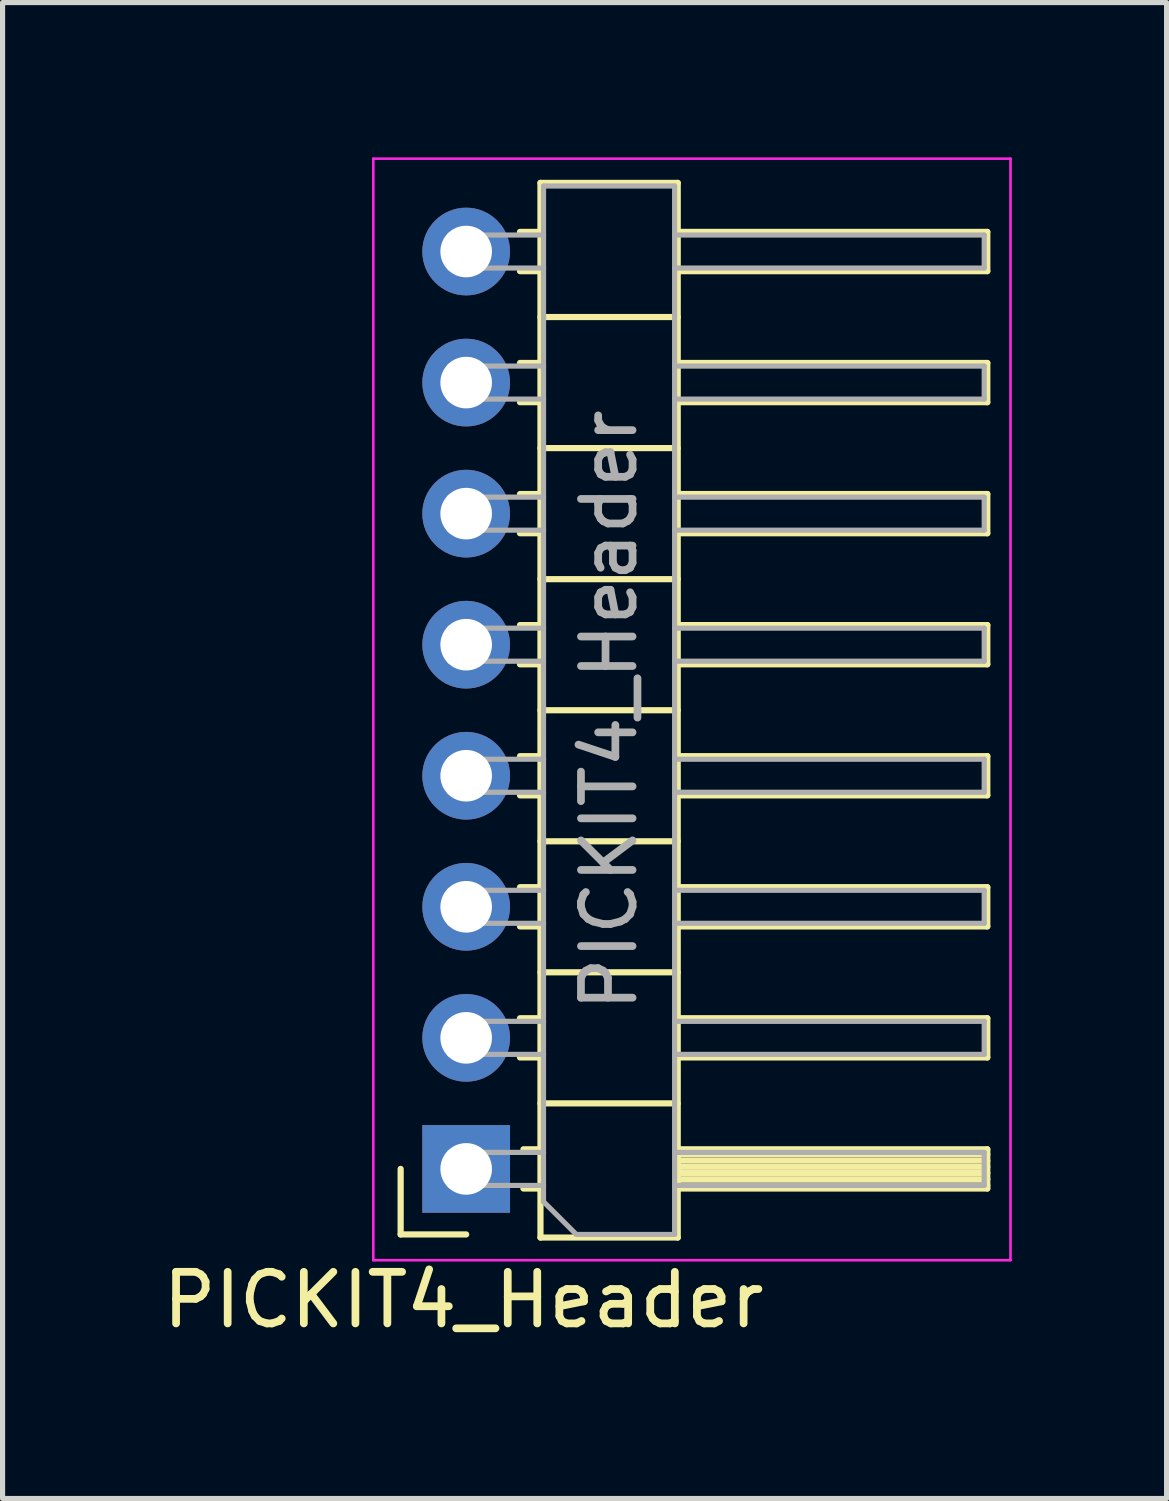
<source format=kicad_pcb>
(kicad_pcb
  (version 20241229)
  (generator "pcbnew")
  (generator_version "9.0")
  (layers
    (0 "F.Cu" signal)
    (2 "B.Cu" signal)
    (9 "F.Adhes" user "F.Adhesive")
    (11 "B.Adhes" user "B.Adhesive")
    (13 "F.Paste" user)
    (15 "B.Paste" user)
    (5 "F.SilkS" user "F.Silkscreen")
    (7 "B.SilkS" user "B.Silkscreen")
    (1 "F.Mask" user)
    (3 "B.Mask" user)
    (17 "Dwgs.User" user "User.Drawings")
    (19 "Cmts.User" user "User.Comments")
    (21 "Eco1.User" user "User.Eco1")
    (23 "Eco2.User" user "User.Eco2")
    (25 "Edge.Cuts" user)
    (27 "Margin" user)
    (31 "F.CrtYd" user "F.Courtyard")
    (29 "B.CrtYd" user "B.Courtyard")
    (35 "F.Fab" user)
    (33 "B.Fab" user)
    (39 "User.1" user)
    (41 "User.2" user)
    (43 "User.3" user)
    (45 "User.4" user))
  (footprint "PICKIT4_Header"
    (layer "F.Cu")
    (at 5.985 19.605)
    (property "Reference" "PICKIT4_Header" (at -0.051 2.54 0) (layer "F.SilkS") (effects (font (size 1 1) (thickness 0.15))))
    (attr through_hole)
    (fp_line (start -1.27 0) (end -1.27 1.27) (stroke (width 0.12) (type solid)) (layer "F.SilkS"))
    (fp_line (start -1.27 1.27) (end 0 1.27) (stroke (width 0.12) (type solid)) (layer "F.SilkS"))
    (fp_line (start 1.043 -18.16) (end 1.44 -18.16) (stroke (width 0.12) (type solid)) (layer "F.SilkS"))
    (fp_line (start 1.043 -17.4) (end 1.44 -17.4) (stroke (width 0.12) (type solid)) (layer "F.SilkS"))
    (fp_line (start 1.043 -15.62) (end 1.44 -15.62) (stroke (width 0.12) (type solid)) (layer "F.SilkS"))
    (fp_line (start 1.043 -14.86) (end 1.44 -14.86) (stroke (width 0.12) (type solid)) (layer "F.SilkS"))
    (fp_line (start 1.043 -13.08) (end 1.44 -13.08) (stroke (width 0.12) (type solid)) (layer "F.SilkS"))
    (fp_line (start 1.043 -12.32) (end 1.44 -12.32) (stroke (width 0.12) (type solid)) (layer "F.SilkS"))
    (fp_line (start 1.043 -10.54) (end 1.44 -10.54) (stroke (width 0.12) (type solid)) (layer "F.SilkS"))
    (fp_line (start 1.043 -9.78) (end 1.44 -9.78) (stroke (width 0.12) (type solid)) (layer "F.SilkS"))
    (fp_line (start 1.043 -8) (end 1.44 -8) (stroke (width 0.12) (type solid)) (layer "F.SilkS"))
    (fp_line (start 1.043 -7.24) (end 1.44 -7.24) (stroke (width 0.12) (type solid)) (layer "F.SilkS"))
    (fp_line (start 1.043 -5.46) (end 1.44 -5.46) (stroke (width 0.12) (type solid)) (layer "F.SilkS"))
    (fp_line (start 1.043 -4.7) (end 1.44 -4.7) (stroke (width 0.12) (type solid)) (layer "F.SilkS"))
    (fp_line (start 1.043 -2.92) (end 1.44 -2.92) (stroke (width 0.12) (type solid)) (layer "F.SilkS"))
    (fp_line (start 1.043 -2.16) (end 1.44 -2.16) (stroke (width 0.12) (type solid)) (layer "F.SilkS"))
    (fp_line (start 1.11 -0.38) (end 1.44 -0.38) (stroke (width 0.12) (type solid)) (layer "F.SilkS"))
    (fp_line (start 1.11 0.38) (end 1.44 0.38) (stroke (width 0.12) (type solid)) (layer "F.SilkS"))
    (fp_line (start 1.44 -19.11) (end 4.1 -19.11) (stroke (width 0.12) (type solid)) (layer "F.SilkS"))
    (fp_line (start 1.44 -16.51) (end 4.1 -16.51) (stroke (width 0.12) (type solid)) (layer "F.SilkS"))
    (fp_line (start 1.44 -13.97) (end 4.1 -13.97) (stroke (width 0.12) (type solid)) (layer "F.SilkS"))
    (fp_line (start 1.44 -11.43) (end 4.1 -11.43) (stroke (width 0.12) (type solid)) (layer "F.SilkS"))
    (fp_line (start 1.44 -8.89) (end 4.1 -8.89) (stroke (width 0.12) (type solid)) (layer "F.SilkS"))
    (fp_line (start 1.44 -6.35) (end 4.1 -6.35) (stroke (width 0.12) (type solid)) (layer "F.SilkS"))
    (fp_line (start 1.44 -3.81) (end 4.1 -3.81) (stroke (width 0.12) (type solid)) (layer "F.SilkS"))
    (fp_line (start 1.44 -1.27) (end 4.1 -1.27) (stroke (width 0.12) (type solid)) (layer "F.SilkS"))
    (fp_line (start 1.44 1.33) (end 1.44 -19.11) (stroke (width 0.12) (type solid)) (layer "F.SilkS"))
    (fp_line (start 4.1 -19.11) (end 4.1 1.33) (stroke (width 0.12) (type solid)) (layer "F.SilkS"))
    (fp_line (start 4.1 -17.4) (end 10.1 -17.4) (stroke (width 0.12) (type solid)) (layer "F.SilkS"))
    (fp_line (start 4.1 -14.86) (end 10.1 -14.86) (stroke (width 0.12) (type solid)) (layer "F.SilkS"))
    (fp_line (start 4.1 -12.32) (end 10.1 -12.32) (stroke (width 0.12) (type solid)) (layer "F.SilkS"))
    (fp_line (start 4.1 -9.78) (end 10.1 -9.78) (stroke (width 0.12) (type solid)) (layer "F.SilkS"))
    (fp_line (start 4.1 -7.24) (end 10.1 -7.24) (stroke (width 0.12) (type solid)) (layer "F.SilkS"))
    (fp_line (start 4.1 -4.7) (end 10.1 -4.7) (stroke (width 0.12) (type solid)) (layer "F.SilkS"))
    (fp_line (start 4.1 -2.16) (end 10.1 -2.16) (stroke (width 0.12) (type solid)) (layer "F.SilkS"))
    (fp_line (start 4.1 -0.28) (end 10.1 -0.28) (stroke (width 0.12) (type solid)) (layer "F.SilkS"))
    (fp_line (start 4.1 -0.16) (end 10.1 -0.16) (stroke (width 0.12) (type solid)) (layer "F.SilkS"))
    (fp_line (start 4.1 -0.04) (end 10.1 -0.04) (stroke (width 0.12) (type solid)) (layer "F.SilkS"))
    (fp_line (start 4.1 0.08) (end 10.1 0.08) (stroke (width 0.12) (type solid)) (layer "F.SilkS"))
    (fp_line (start 4.1 0.2) (end 10.1 0.2) (stroke (width 0.12) (type solid)) (layer "F.SilkS"))
    (fp_line (start 4.1 0.32) (end 10.1 0.32) (stroke (width 0.12) (type solid)) (layer "F.SilkS"))
    (fp_line (start 4.1 0.38) (end 10.1 0.38) (stroke (width 0.12) (type solid)) (layer "F.SilkS"))
    (fp_line (start 4.1 1.33) (end 1.44 1.33) (stroke (width 0.12) (type solid)) (layer "F.SilkS"))
    (fp_line (start 10.1 -18.16) (end 4.1 -18.16) (stroke (width 0.12) (type solid)) (layer "F.SilkS"))
    (fp_line (start 10.1 -17.4) (end 10.1 -18.16) (stroke (width 0.12) (type solid)) (layer "F.SilkS"))
    (fp_line (start 10.1 -15.62) (end 4.1 -15.62) (stroke (width 0.12) (type solid)) (layer "F.SilkS"))
    (fp_line (start 10.1 -14.86) (end 10.1 -15.62) (stroke (width 0.12) (type solid)) (layer "F.SilkS"))
    (fp_line (start 10.1 -13.08) (end 4.1 -13.08) (stroke (width 0.12) (type solid)) (layer "F.SilkS"))
    (fp_line (start 10.1 -12.32) (end 10.1 -13.08) (stroke (width 0.12) (type solid)) (layer "F.SilkS"))
    (fp_line (start 10.1 -10.54) (end 4.1 -10.54) (stroke (width 0.12) (type solid)) (layer "F.SilkS"))
    (fp_line (start 10.1 -9.78) (end 10.1 -10.54) (stroke (width 0.12) (type solid)) (layer "F.SilkS"))
    (fp_line (start 10.1 -8) (end 4.1 -8) (stroke (width 0.12) (type solid)) (layer "F.SilkS"))
    (fp_line (start 10.1 -7.24) (end 10.1 -8) (stroke (width 0.12) (type solid)) (layer "F.SilkS"))
    (fp_line (start 10.1 -5.46) (end 4.1 -5.46) (stroke (width 0.12) (type solid)) (layer "F.SilkS"))
    (fp_line (start 10.1 -4.7) (end 10.1 -5.46) (stroke (width 0.12) (type solid)) (layer "F.SilkS"))
    (fp_line (start 10.1 -2.92) (end 4.1 -2.92) (stroke (width 0.12) (type solid)) (layer "F.SilkS"))
    (fp_line (start 10.1 -2.16) (end 10.1 -2.92) (stroke (width 0.12) (type solid)) (layer "F.SilkS"))
    (fp_line (start 10.1 -0.38) (end 4.1 -0.38) (stroke (width 0.12) (type solid)) (layer "F.SilkS"))
    (fp_line (start 10.1 0.38) (end 10.1 -0.38) (stroke (width 0.12) (type solid)) (layer "F.SilkS"))
    (fp_line (start -1.8 -19.58) (end -1.8 1.77) (stroke (width 0.05) (type solid)) (layer "F.CrtYd"))
    (fp_line (start -1.8 1.77) (end 10.55 1.77) (stroke (width 0.05) (type solid)) (layer "F.CrtYd"))
    (fp_line (start 10.55 -19.58) (end -1.8 -19.58) (stroke (width 0.05) (type solid)) (layer "F.CrtYd"))
    (fp_line (start 10.55 1.77) (end 10.55 -19.58) (stroke (width 0.05) (type solid)) (layer "F.CrtYd"))
    (fp_line (start -0.32 -18.1) (end -0.32 -17.46) (stroke (width 0.1) (type solid)) (layer "F.Fab"))
    (fp_line (start -0.32 -18.1) (end 1.5 -18.1) (stroke (width 0.1) (type solid)) (layer "F.Fab"))
    (fp_line (start -0.32 -17.46) (end 1.5 -17.46) (stroke (width 0.1) (type solid)) (layer "F.Fab"))
    (fp_line (start -0.32 -15.56) (end -0.32 -14.92) (stroke (width 0.1) (type solid)) (layer "F.Fab"))
    (fp_line (start -0.32 -15.56) (end 1.5 -15.56) (stroke (width 0.1) (type solid)) (layer "F.Fab"))
    (fp_line (start -0.32 -14.92) (end 1.5 -14.92) (stroke (width 0.1) (type solid)) (layer "F.Fab"))
    (fp_line (start -0.32 -13.02) (end -0.32 -12.38) (stroke (width 0.1) (type solid)) (layer "F.Fab"))
    (fp_line (start -0.32 -13.02) (end 1.5 -13.02) (stroke (width 0.1) (type solid)) (layer "F.Fab"))
    (fp_line (start -0.32 -12.38) (end 1.5 -12.38) (stroke (width 0.1) (type solid)) (layer "F.Fab"))
    (fp_line (start -0.32 -10.48) (end -0.32 -9.84) (stroke (width 0.1) (type solid)) (layer "F.Fab"))
    (fp_line (start -0.32 -10.48) (end 1.5 -10.48) (stroke (width 0.1) (type solid)) (layer "F.Fab"))
    (fp_line (start -0.32 -9.84) (end 1.5 -9.84) (stroke (width 0.1) (type solid)) (layer "F.Fab"))
    (fp_line (start -0.32 -7.94) (end -0.32 -7.3) (stroke (width 0.1) (type solid)) (layer "F.Fab"))
    (fp_line (start -0.32 -7.94) (end 1.5 -7.94) (stroke (width 0.1) (type solid)) (layer "F.Fab"))
    (fp_line (start -0.32 -7.3) (end 1.5 -7.3) (stroke (width 0.1) (type solid)) (layer "F.Fab"))
    (fp_line (start -0.32 -5.4) (end -0.32 -4.76) (stroke (width 0.1) (type solid)) (layer "F.Fab"))
    (fp_line (start -0.32 -5.4) (end 1.5 -5.4) (stroke (width 0.1) (type solid)) (layer "F.Fab"))
    (fp_line (start -0.32 -4.76) (end 1.5 -4.76) (stroke (width 0.1) (type solid)) (layer "F.Fab"))
    (fp_line (start -0.32 -2.86) (end -0.32 -2.22) (stroke (width 0.1) (type solid)) (layer "F.Fab"))
    (fp_line (start -0.32 -2.86) (end 1.5 -2.86) (stroke (width 0.1) (type solid)) (layer "F.Fab"))
    (fp_line (start -0.32 -2.22) (end 1.5 -2.22) (stroke (width 0.1) (type solid)) (layer "F.Fab"))
    (fp_line (start -0.32 -0.32) (end -0.32 0.32) (stroke (width 0.1) (type solid)) (layer "F.Fab"))
    (fp_line (start -0.32 -0.32) (end 1.5 -0.32) (stroke (width 0.1) (type solid)) (layer "F.Fab"))
    (fp_line (start -0.32 0.32) (end 1.5 0.32) (stroke (width 0.1) (type solid)) (layer "F.Fab"))
    (fp_line (start 1.499 0.635) (end 1.5 -19.05) (stroke (width 0.1) (type solid)) (layer "F.Fab"))
    (fp_line (start 1.5 -19.05) (end 4.04 -19.05) (stroke (width 0.1) (type solid)) (layer "F.Fab"))
    (fp_line (start 2.134 1.27) (end 1.499 0.635) (stroke (width 0.1) (type solid)) (layer "F.Fab"))
    (fp_line (start 4.04 -19.05) (end 4.04 1.27) (stroke (width 0.1) (type solid)) (layer "F.Fab"))
    (fp_line (start 4.04 -18.1) (end 10.04 -18.1) (stroke (width 0.1) (type solid)) (layer "F.Fab"))
    (fp_line (start 4.04 -17.46) (end 10.04 -17.46) (stroke (width 0.1) (type solid)) (layer "F.Fab"))
    (fp_line (start 4.04 -15.56) (end 10.04 -15.56) (stroke (width 0.1) (type solid)) (layer "F.Fab"))
    (fp_line (start 4.04 -14.92) (end 10.04 -14.92) (stroke (width 0.1) (type solid)) (layer "F.Fab"))
    (fp_line (start 4.04 -13.02) (end 10.04 -13.02) (stroke (width 0.1) (type solid)) (layer "F.Fab"))
    (fp_line (start 4.04 -12.38) (end 10.04 -12.38) (stroke (width 0.1) (type solid)) (layer "F.Fab"))
    (fp_line (start 4.04 -10.48) (end 10.04 -10.48) (stroke (width 0.1) (type solid)) (layer "F.Fab"))
    (fp_line (start 4.04 -9.84) (end 10.04 -9.84) (stroke (width 0.1) (type solid)) (layer "F.Fab"))
    (fp_line (start 4.04 -7.94) (end 10.04 -7.94) (stroke (width 0.1) (type solid)) (layer "F.Fab"))
    (fp_line (start 4.04 -7.3) (end 10.04 -7.3) (stroke (width 0.1) (type solid)) (layer "F.Fab"))
    (fp_line (start 4.04 -5.4) (end 10.04 -5.4) (stroke (width 0.1) (type solid)) (layer "F.Fab"))
    (fp_line (start 4.04 -4.76) (end 10.04 -4.76) (stroke (width 0.1) (type solid)) (layer "F.Fab"))
    (fp_line (start 4.04 -2.86) (end 10.04 -2.86) (stroke (width 0.1) (type solid)) (layer "F.Fab"))
    (fp_line (start 4.04 -2.22) (end 10.04 -2.22) (stroke (width 0.1) (type solid)) (layer "F.Fab"))
    (fp_line (start 4.04 -0.32) (end 10.04 -0.32) (stroke (width 0.1) (type solid)) (layer "F.Fab"))
    (fp_line (start 4.04 0.32) (end 10.04 0.32) (stroke (width 0.1) (type solid)) (layer "F.Fab"))
    (fp_line (start 4.04 1.27) (end 2.134 1.27) (stroke (width 0.1) (type solid)) (layer "F.Fab"))
    (fp_line (start 10.04 -18.1) (end 10.04 -17.46) (stroke (width 0.1) (type solid)) (layer "F.Fab"))
    (fp_line (start 10.04 -15.56) (end 10.04 -14.92) (stroke (width 0.1) (type solid)) (layer "F.Fab"))
    (fp_line (start 10.04 -13.02) (end 10.04 -12.38) (stroke (width 0.1) (type solid)) (layer "F.Fab"))
    (fp_line (start 10.04 -10.48) (end 10.04 -9.84) (stroke (width 0.1) (type solid)) (layer "F.Fab"))
    (fp_line (start 10.04 -7.94) (end 10.04 -7.3) (stroke (width 0.1) (type solid)) (layer "F.Fab"))
    (fp_line (start 10.04 -5.4) (end 10.04 -4.76) (stroke (width 0.1) (type solid)) (layer "F.Fab"))
    (fp_line (start 10.04 -2.86) (end 10.04 -2.22) (stroke (width 0.1) (type solid)) (layer "F.Fab"))
    (fp_line (start 10.04 -0.32) (end 10.04 0.32) (stroke (width 0.1) (type solid)) (layer "F.Fab"))
    (fp_text user "${REFERENCE}" (at 2.77 -8.89 270) (layer "F.Fab") (effects (font (size 1 1) (thickness 0.15))))
    (pad "1" thru_hole rect (at 0 0) (size 1.7 1.7) (drill 1) (layers "*.Cu" "*.Mask"))
    (pad "2" thru_hole oval (at 0 -2.54) (size 1.7 1.7) (drill 1) (layers "*.Cu" "*.Mask"))
    (pad "3" thru_hole oval (at 0 -5.08) (size 1.7 1.7) (drill 1) (layers "*.Cu" "*.Mask"))
    (pad "4" thru_hole oval (at 0 -7.62) (size 1.7 1.7) (drill 1) (layers "*.Cu" "*.Mask"))
    (pad "5" thru_hole oval (at 0 -10.16) (size 1.7 1.7) (drill 1) (layers "*.Cu" "*.Mask"))
    (pad "6" thru_hole oval (at 0 -12.7) (size 1.7 1.7) (drill 1) (layers "*.Cu" "*.Mask"))
    (pad "7" thru_hole oval (at 0 -15.24) (size 1.7 1.7) (drill 1) (layers "*.Cu" "*.Mask"))
    (pad "8" thru_hole circle (at 0 -17.78) (size 1.7 1.7) (drill 1) (layers "*.Cu" "*.Mask")))
  (gr_rect
    (start -3 -3)
    (end 19.56 25.993)
    (stroke (width 0.1) (type default))
    (fill no)
    (layer "Edge.Cuts")))
</source>
